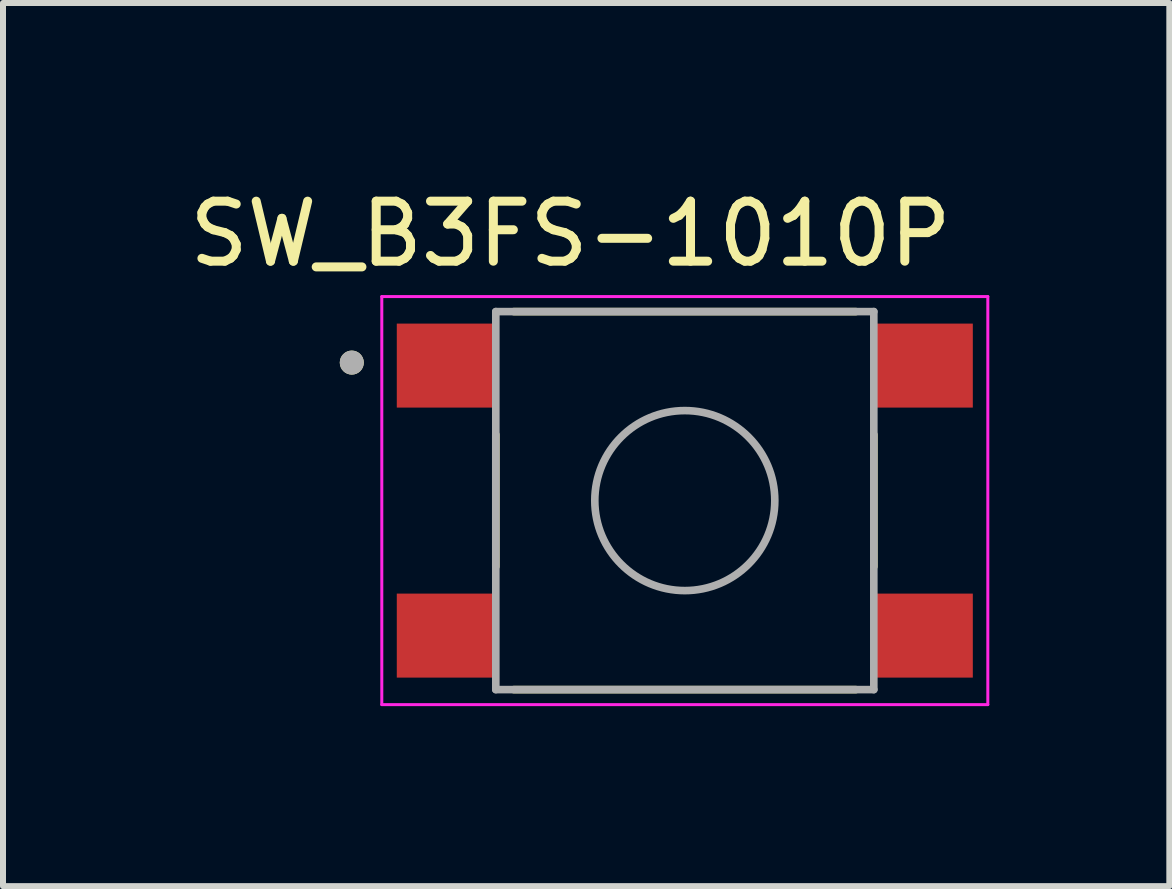
<source format=kicad_pcb>
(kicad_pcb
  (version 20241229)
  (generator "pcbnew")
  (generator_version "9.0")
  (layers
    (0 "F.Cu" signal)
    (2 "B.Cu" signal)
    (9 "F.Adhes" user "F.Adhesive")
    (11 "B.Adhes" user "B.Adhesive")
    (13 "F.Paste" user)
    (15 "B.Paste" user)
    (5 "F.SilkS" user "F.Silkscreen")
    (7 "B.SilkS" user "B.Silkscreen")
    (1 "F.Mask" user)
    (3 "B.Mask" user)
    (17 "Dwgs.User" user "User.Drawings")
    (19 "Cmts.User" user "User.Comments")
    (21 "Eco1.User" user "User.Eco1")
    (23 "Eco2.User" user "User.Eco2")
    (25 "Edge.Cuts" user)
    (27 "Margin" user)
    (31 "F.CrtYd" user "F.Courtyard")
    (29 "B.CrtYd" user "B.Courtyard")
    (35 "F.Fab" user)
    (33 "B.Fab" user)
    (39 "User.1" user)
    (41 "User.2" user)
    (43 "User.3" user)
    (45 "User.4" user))
  (footprint "SW_B3FS-1010P"
    (layer "F.Cu")
    (at 8.363 5.293)
    (property "Reference" "SW_B3FS-1010P" (at -1.905 -4.445 0) (layer "F.SilkS") (effects (font (size 1 1) (thickness 0.15))))
    (attr smd)
    (fp_line (start -3.15 1.1) (end -3.15 -1.1) (stroke (width 0.127) (type solid)) (layer "F.SilkS"))
    (fp_line (start -2.85 -3.15) (end 2.85 -3.15) (stroke (width 0.127) (type solid)) (layer "F.SilkS"))
    (fp_line (start -2.85 3.15) (end 2.85 3.15) (stroke (width 0.127) (type solid)) (layer "F.SilkS"))
    (fp_line (start 3.15 -1.1) (end 3.15 1.1) (stroke (width 0.127) (type solid)) (layer "F.SilkS"))
    (fp_circle (center -5.55 -2.3) (end -5.45 -2.3) (stroke (width 0.2) (type solid)) (fill no) (layer "F.SilkS"))
    (fp_line (start -5.05 -3.4) (end 5.05 -3.4) (stroke (width 0.05) (type solid)) (layer "F.CrtYd"))
    (fp_line (start -5.05 3.4) (end -5.05 -3.4) (stroke (width 0.05) (type solid)) (layer "F.CrtYd"))
    (fp_line (start 5.05 -3.4) (end 5.05 3.4) (stroke (width 0.05) (type solid)) (layer "F.CrtYd"))
    (fp_line (start 5.05 3.4) (end -5.05 3.4) (stroke (width 0.05) (type solid)) (layer "F.CrtYd"))
    (fp_line (start -3.15 -3.15) (end 3.15 -3.15) (stroke (width 0.127) (type solid)) (layer "F.Fab"))
    (fp_line (start -3.15 3.15) (end -3.15 -3.15) (stroke (width 0.127) (type solid)) (layer "F.Fab"))
    (fp_line (start 3.15 -3.15) (end 3.15 3.15) (stroke (width 0.127) (type solid)) (layer "F.Fab"))
    (fp_line (start 3.15 3.15) (end -3.15 3.15) (stroke (width 0.127) (type solid)) (layer "F.Fab"))
    (fp_circle (center -5.55 -2.3) (end -5.45 -2.3) (stroke (width 0.2) (type solid)) (fill no) (layer "F.Fab"))
    (fp_circle (center 0 0) (end 1.5 0) (stroke (width 0.127) (type solid)) (fill no) (layer "F.Fab"))
    (pad "1" smd rect (at -4 -2.25) (size 1.6 1.4) (layers "F.Cu" "F.Mask" "F.Paste"))
    (pad "2" smd rect (at 4 -2.25) (size 1.6 1.4) (layers "F.Cu" "F.Mask" "F.Paste"))
    (pad "3" smd rect (at -4 2.25) (size 1.6 1.4) (layers "F.Cu" "F.Mask" "F.Paste"))
    (pad "4" smd rect (at 4 2.25) (size 1.6 1.4) (layers "F.Cu" "F.Mask" "F.Paste")))
  (gr_rect
    (start -3 -3)
    (end 16.438 11.718)
    (stroke (width 0.1) (type default))
    (fill no)
    (layer "Edge.Cuts")))
</source>
